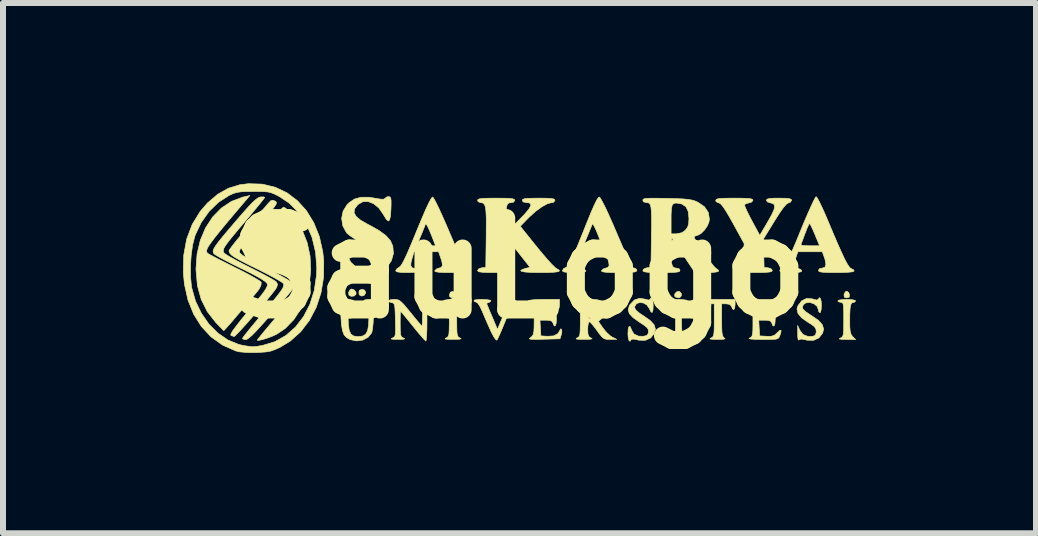
<source format=kicad_pcb>
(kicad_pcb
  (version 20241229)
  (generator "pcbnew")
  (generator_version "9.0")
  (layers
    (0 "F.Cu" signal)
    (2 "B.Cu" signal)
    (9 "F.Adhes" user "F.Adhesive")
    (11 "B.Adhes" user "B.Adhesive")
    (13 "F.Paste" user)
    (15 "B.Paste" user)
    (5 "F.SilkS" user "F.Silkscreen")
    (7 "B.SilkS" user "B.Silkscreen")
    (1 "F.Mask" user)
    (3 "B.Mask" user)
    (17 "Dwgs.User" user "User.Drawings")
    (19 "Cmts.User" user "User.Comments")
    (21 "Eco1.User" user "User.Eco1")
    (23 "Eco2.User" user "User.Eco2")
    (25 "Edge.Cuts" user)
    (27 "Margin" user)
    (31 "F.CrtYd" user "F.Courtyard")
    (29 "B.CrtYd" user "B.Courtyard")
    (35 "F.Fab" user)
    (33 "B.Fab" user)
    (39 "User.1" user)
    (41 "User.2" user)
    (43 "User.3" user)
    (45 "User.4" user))
  (footprint "SauLogo"
    (layer "F.Cu")
    (at 5.603 1.418)
    (property "Reference" "SauLogo" (at 0 0 0) (layer "F.SilkS") (effects (font (size 1.524 1.524) (thickness 0.3))))
    (attr through_hole)
    (fp_poly (pts (xy -1.066 0.41) (xy -1.05 0.455) (xy -1.076 0.488) (xy -1.118 0.496) (xy -1.158 0.478) (xy -1.166 0.449) (xy -1.148 0.402) (xy -1.108 0.387) (xy -1.066 0.41)) (stroke (width 0.01) (type solid)) (fill yes) (layer "F.SilkS"))
    (fp_poly (pts (xy -2.746 0.366) (xy -2.719 0.408) (xy -2.721 0.437) (xy -2.753 0.465) (xy -2.802 0.47) (xy -2.839 0.449) (xy -2.843 0.406) (xy -2.823 0.364) (xy -2.793 0.347) (xy -2.746 0.366)) (stroke (width 0.01) (type solid)) (fill yes) (layer "F.SilkS"))
    (fp_poly (pts (xy -2.576 0.368) (xy -2.559 0.407) (xy -2.56 0.415) (xy -2.585 0.455) (xy -2.627 0.466) (xy -2.664 0.446) (xy -2.67 0.434) (xy -2.67 0.386) (xy -2.659 0.367) (xy -2.617 0.351) (xy -2.576 0.368)) (stroke (width 0.01) (type solid)) (fill yes) (layer "F.SilkS"))
    (fp_poly (pts (xy 2.668 0.389) (xy 2.7 0.42) (xy 2.701 0.462) (xy 2.675 0.492) (xy 2.656 0.496) (xy 2.608 0.484) (xy 2.591 0.47) (xy 2.591 0.431) (xy 2.62 0.397) (xy 2.661 0.387) (xy 2.668 0.389)) (stroke (width 0.01) (type solid)) (fill yes) (layer "F.SilkS"))
    (fp_poly (pts (xy 5.489 0.406) (xy 5.502 0.44) (xy 5.498 0.484) (xy 5.459 0.496) (xy 5.457 0.496) (xy 5.417 0.485) (xy 5.412 0.443) (xy 5.412 0.44) (xy 5.432 0.397) (xy 5.457 0.384) (xy 5.489 0.406)) (stroke (width 0.01) (type solid)) (fill yes) (layer "F.SilkS"))
    (fp_poly (pts (xy 2.733 0.525) (xy 2.787 0.535) (xy 2.803 0.546) (xy 2.783 0.568) (xy 2.768 0.571) (xy 2.74 0.579) (xy 2.721 0.611) (xy 2.71 0.672) (xy 2.705 0.771) (xy 2.704 0.87) (xy 2.705 0.981) (xy 2.712 1.054) (xy 2.725 1.101) (xy 2.747 1.134) (xy 2.753 1.141) (xy 2.803 1.191) (xy 2.648 1.189) (xy 2.567 1.187) (xy 2.532 1.181) (xy 2.537 1.17) (xy 2.549 1.165) (xy 2.573 1.153) (xy 2.589 1.133) (xy 2.598 1.096) (xy 2.603 1.034) (xy 2.604 0.937) (xy 2.604 0.857) (xy 2.604 0.734) (xy 2.601 0.652) (xy 2.595 0.604) (xy 2.584 0.579) (xy 2.567 0.571) (xy 2.555 0.571) (xy 2.515 0.56) (xy 2.505 0.546) (xy 2.528 0.532) (xy 2.587 0.524) (xy 2.654 0.521) (xy 2.733 0.525)) (stroke (width 0.01) (type solid)) (fill yes) (layer "F.SilkS"))
    (fp_poly (pts (xy 5.536 0.525) (xy 5.59 0.535) (xy 5.606 0.546) (xy 5.586 0.568) (xy 5.571 0.571) (xy 5.543 0.579) (xy 5.524 0.611) (xy 5.513 0.672) (xy 5.508 0.771) (xy 5.507 0.87) (xy 5.508 0.981) (xy 5.515 1.054) (xy 5.528 1.101) (xy 5.55 1.134) (xy 5.556 1.141) (xy 5.606 1.191) (xy 5.451 1.189) (xy 5.37 1.187) (xy 5.335 1.181) (xy 5.34 1.17) (xy 5.352 1.165) (xy 5.376 1.153) (xy 5.391 1.133) (xy 5.401 1.096) (xy 5.406 1.034) (xy 5.407 0.937) (xy 5.407 0.857) (xy 5.407 0.734) (xy 5.404 0.652) (xy 5.398 0.604) (xy 5.387 0.579) (xy 5.37 0.571) (xy 5.358 0.571) (xy 5.318 0.56) (xy 5.308 0.546) (xy 5.331 0.532) (xy 5.39 0.524) (xy 5.457 0.521) (xy 5.536 0.525)) (stroke (width 0.01) (type solid)) (fill yes) (layer "F.SilkS"))
    (fp_poly (pts (xy 3.597 0.608) (xy 3.589 0.67) (xy 3.572 0.693) (xy 3.551 0.675) (xy 3.54 0.645) (xy 3.513 0.607) (xy 3.453 0.595) (xy 3.45 0.595) (xy 3.373 0.595) (xy 3.373 0.867) (xy 3.374 0.989) (xy 3.378 1.071) (xy 3.387 1.122) (xy 3.401 1.151) (xy 3.417 1.164) (xy 3.429 1.178) (xy 3.402 1.185) (xy 3.333 1.188) (xy 3.299 1.188) (xy 3.216 1.186) (xy 3.178 1.181) (xy 3.182 1.171) (xy 3.194 1.165) (xy 3.218 1.152) (xy 3.234 1.132) (xy 3.243 1.094) (xy 3.248 1.03) (xy 3.249 0.93) (xy 3.249 0.869) (xy 3.249 0.595) (xy 3.173 0.595) (xy 3.111 0.606) (xy 3.083 0.643) (xy 3.083 0.645) (xy 3.063 0.689) (xy 3.043 0.688) (xy 3.029 0.647) (xy 3.026 0.608) (xy 3.026 0.521) (xy 3.597 0.521) (xy 3.597 0.608)) (stroke (width 0.01) (type solid)) (fill yes) (layer "F.SilkS"))
    (fp_poly (pts (xy -1.02 0.524) (xy -0.962 0.534) (xy -0.943 0.546) (xy -0.963 0.566) (xy -0.992 0.571) (xy -1.013 0.574) (xy -1.028 0.588) (xy -1.036 0.623) (xy -1.04 0.686) (xy -1.042 0.786) (xy -1.042 0.857) (xy -1.041 0.98) (xy -1.039 1.062) (xy -1.032 1.113) (xy -1.02 1.142) (xy -1.002 1.158) (xy -0.986 1.165) (xy -0.969 1.177) (xy -0.992 1.184) (xy -1.06 1.187) (xy -1.104 1.187) (xy -1.192 1.186) (xy -1.234 1.181) (xy -1.234 1.171) (xy -1.222 1.165) (xy -1.198 1.153) (xy -1.182 1.133) (xy -1.172 1.096) (xy -1.168 1.034) (xy -1.166 0.937) (xy -1.166 0.857) (xy -1.166 0.734) (xy -1.169 0.652) (xy -1.175 0.604) (xy -1.186 0.579) (xy -1.203 0.571) (xy -1.215 0.571) (xy -1.256 0.56) (xy -1.265 0.546) (xy -1.242 0.533) (xy -1.182 0.524) (xy -1.104 0.521) (xy -1.02 0.524)) (stroke (width 0.01) (type solid)) (fill yes) (layer "F.SilkS"))
    (fp_poly (pts (xy -0.089 0.527) (xy -0.052 0.542) (xy -0.056 0.563) (xy -0.083 0.578) (xy -0.105 0.605) (xy -0.139 0.669) (xy -0.182 0.761) (xy -0.229 0.872) (xy -0.234 0.885) (xy -0.28 0.998) (xy -0.321 1.094) (xy -0.353 1.165) (xy -0.372 1.199) (xy -0.373 1.201) (xy -0.393 1.191) (xy -0.426 1.142) (xy -0.468 1.062) (xy -0.478 1.039) (xy -0.528 0.928) (xy -0.578 0.812) (xy -0.619 0.715) (xy -0.62 0.713) (xy -0.655 0.639) (xy -0.689 0.587) (xy -0.71 0.571) (xy -0.75 0.553) (xy -0.757 0.546) (xy -0.743 0.531) (xy -0.686 0.523) (xy -0.622 0.521) (xy -0.542 0.525) (xy -0.487 0.534) (xy -0.471 0.546) (xy -0.492 0.567) (xy -0.511 0.571) (xy -0.539 0.585) (xy -0.539 0.602) (xy -0.524 0.638) (xy -0.496 0.707) (xy -0.458 0.796) (xy -0.445 0.827) (xy -0.363 1.021) (xy -0.282 0.827) (xy -0.236 0.715) (xy -0.21 0.64) (xy -0.203 0.596) (xy -0.212 0.576) (xy -0.236 0.571) (xy -0.269 0.557) (xy -0.273 0.546) (xy -0.251 0.531) (xy -0.195 0.522) (xy -0.161 0.521) (xy -0.089 0.527)) (stroke (width 0.01) (type solid)) (fill yes) (layer "F.SilkS"))
    (fp_poly (pts (xy 5.018 0.505) (xy 5.031 0.553) (xy 5.035 0.62) (xy 5.031 0.691) (xy 5.019 0.736) (xy 5.011 0.744) (xy 4.99 0.724) (xy 4.986 0.698) (xy 4.964 0.638) (xy 4.912 0.594) (xy 4.844 0.573) (xy 4.777 0.579) (xy 4.738 0.607) (xy 4.718 0.644) (xy 4.727 0.681) (xy 4.77 0.724) (xy 4.852 0.78) (xy 4.876 0.795) (xy 4.987 0.872) (xy 5.051 0.945) (xy 5.072 1.016) (xy 5.055 1.085) (xy 4.993 1.163) (xy 4.904 1.203) (xy 4.795 1.201) (xy 4.776 1.196) (xy 4.705 1.182) (xy 4.667 1.189) (xy 4.658 1.199) (xy 4.648 1.193) (xy 4.641 1.148) (xy 4.64 1.091) (xy 4.64 0.955) (xy 4.675 1.035) (xy 4.73 1.107) (xy 4.814 1.139) (xy 4.89 1.137) (xy 4.933 1.119) (xy 4.948 1.074) (xy 4.949 1.056) (xy 4.942 1.011) (xy 4.916 0.973) (xy 4.86 0.932) (xy 4.815 0.905) (xy 4.705 0.828) (xy 4.644 0.754) (xy 4.628 0.68) (xy 4.644 0.627) (xy 4.705 0.546) (xy 4.786 0.506) (xy 4.878 0.511) (xy 4.892 0.515) (xy 4.955 0.532) (xy 4.982 0.521) (xy 5 0.492) (xy 5.018 0.505)) (stroke (width 0.01) (type solid)) (fill yes) (layer "F.SilkS"))
    (fp_poly (pts (xy -4.595 -1.085) (xy -4.758 -0.893) (xy -4.891 -0.734) (xy -4.997 -0.605) (xy -5.078 -0.504) (xy -5.137 -0.425) (xy -5.178 -0.366) (xy -5.201 -0.323) (xy -5.21 -0.292) (xy -5.208 -0.269) (xy -5.197 -0.251) (xy -5.193 -0.247) (xy -5.164 -0.229) (xy -5.099 -0.194) (xy -5.003 -0.144) (xy -4.884 -0.084) (xy -4.751 -0.017) (xy -4.743 -0.013) (xy -4.608 0.054) (xy -4.49 0.117) (xy -4.395 0.171) (xy -4.329 0.211) (xy -4.301 0.235) (xy -4.3 0.235) (xy -4.303 0.281) (xy -4.329 0.339) (xy -4.33 0.341) (xy -4.356 0.376) (xy -4.406 0.438) (xy -4.474 0.52) (xy -4.553 0.614) (xy -4.637 0.714) (xy -4.721 0.812) (xy -4.797 0.902) (xy -4.861 0.974) (xy -4.905 1.023) (xy -4.924 1.042) (xy -4.924 1.042) (xy -4.942 1.025) (xy -4.985 0.981) (xy -5.045 0.919) (xy -5.054 0.91) (xy -5.198 0.726) (xy -5.3 0.522) (xy -5.363 0.294) (xy -5.386 0.037) (xy -5.387 0.012) (xy -5.369 -0.235) (xy -5.315 -0.464) (xy -5.227 -0.672) (xy -5.109 -0.852) (xy -4.964 -1.001) (xy -4.795 -1.113) (xy -4.606 -1.184) (xy -4.591 -1.187) (xy -4.489 -1.21) (xy -4.595 -1.085)) (stroke (width 0.01) (type solid)) (fill yes) (layer "F.SilkS"))
    (fp_poly (pts (xy 2.215 0.505) (xy 2.228 0.553) (xy 2.232 0.62) (xy 2.228 0.703) (xy 2.214 0.739) (xy 2.193 0.727) (xy 2.166 0.671) (xy 2.126 0.614) (xy 2.069 0.581) (xy 2.007 0.574) (xy 1.954 0.592) (xy 1.925 0.638) (xy 1.922 0.659) (xy 1.945 0.702) (xy 2.013 0.758) (xy 2.071 0.795) (xy 2.182 0.873) (xy 2.247 0.944) (xy 2.269 1.015) (xy 2.252 1.085) (xy 2.19 1.163) (xy 2.101 1.203) (xy 1.992 1.201) (xy 1.973 1.196) (xy 1.904 1.183) (xy 1.867 1.188) (xy 1.864 1.192) (xy 1.846 1.22) (xy 1.828 1.205) (xy 1.815 1.155) (xy 1.811 1.091) (xy 1.816 1.013) (xy 1.83 0.973) (xy 1.849 0.975) (xy 1.868 1.021) (xy 1.87 1.029) (xy 1.91 1.096) (xy 1.985 1.133) (xy 2.066 1.136) (xy 2.124 1.123) (xy 2.149 1.089) (xy 2.153 1.064) (xy 2.151 1.027) (xy 2.131 0.993) (xy 2.084 0.954) (xy 2.002 0.9) (xy 1.999 0.898) (xy 1.894 0.823) (xy 1.833 0.757) (xy 1.815 0.693) (xy 1.835 0.625) (xy 1.847 0.606) (xy 1.919 0.531) (xy 2.006 0.502) (xy 2.091 0.516) (xy 2.154 0.532) (xy 2.179 0.521) (xy 2.197 0.492) (xy 2.215 0.505)) (stroke (width 0.01) (type solid)) (fill yes) (layer "F.SilkS"))
    (fp_poly (pts (xy -3.891 -0.997) (xy -3.837 -0.946) (xy -3.774 -0.872) (xy -3.709 -0.786) (xy -3.65 -0.696) (xy -3.619 -0.639) (xy -3.534 -0.424) (xy -3.486 -0.199) (xy -3.475 0.031) (xy -3.497 0.259) (xy -3.553 0.477) (xy -3.639 0.678) (xy -3.755 0.856) (xy -3.898 1.004) (xy -4.037 1.098) (xy -4.108 1.132) (xy -4.189 1.163) (xy -4.267 1.188) (xy -4.329 1.202) (xy -4.363 1.203) (xy -4.366 1.199) (xy -4.35 1.177) (xy -4.307 1.124) (xy -4.242 1.044) (xy -4.158 0.944) (xy -4.062 0.83) (xy -4.035 0.798) (xy -3.909 0.65) (xy -3.813 0.535) (xy -3.743 0.447) (xy -3.696 0.382) (xy -3.669 0.336) (xy -3.658 0.303) (xy -3.661 0.278) (xy -3.674 0.257) (xy -3.675 0.256) (xy -3.707 0.232) (xy -3.776 0.192) (xy -3.874 0.139) (xy -3.992 0.077) (xy -4.105 0.02) (xy -4.263 -0.059) (xy -4.381 -0.12) (xy -4.465 -0.166) (xy -4.519 -0.202) (xy -4.549 -0.231) (xy -4.559 -0.257) (xy -4.555 -0.283) (xy -4.55 -0.297) (xy -4.525 -0.336) (xy -4.475 -0.401) (xy -4.406 -0.486) (xy -4.325 -0.583) (xy -4.238 -0.685) (xy -4.15 -0.785) (xy -4.069 -0.875) (xy -4.001 -0.948) (xy -3.952 -0.998) (xy -3.927 -1.016) (xy -3.891 -0.997)) (stroke (width 0.01) (type solid)) (fill yes) (layer "F.SilkS"))
    (fp_poly (pts (xy -2.394 0.525) (xy -2.344 0.535) (xy -2.332 0.546) (xy -2.352 0.566) (xy -2.381 0.571) (xy -2.405 0.574) (xy -2.42 0.592) (xy -2.427 0.633) (xy -2.43 0.706) (xy -2.431 0.793) (xy -2.434 0.901) (xy -2.443 0.997) (xy -2.455 1.065) (xy -2.46 1.08) (xy -2.519 1.152) (xy -2.607 1.199) (xy -2.711 1.213) (xy -2.815 1.192) (xy -2.815 1.192) (xy -2.876 1.159) (xy -2.919 1.112) (xy -2.946 1.042) (xy -2.963 0.94) (xy -2.971 0.819) (xy -2.979 0.699) (xy -2.988 0.622) (xy -3.001 0.581) (xy -3.017 0.571) (xy -3.048 0.556) (xy -3.051 0.546) (xy -3.028 0.532) (xy -2.969 0.524) (xy -2.902 0.521) (xy -2.823 0.525) (xy -2.769 0.535) (xy -2.753 0.546) (xy -2.774 0.566) (xy -2.803 0.571) (xy -2.826 0.574) (xy -2.841 0.591) (xy -2.849 0.631) (xy -2.852 0.703) (xy -2.853 0.801) (xy -2.848 0.94) (xy -2.834 1.037) (xy -2.806 1.099) (xy -2.761 1.131) (xy -2.696 1.141) (xy -2.69 1.141) (xy -2.614 1.133) (xy -2.561 1.103) (xy -2.528 1.046) (xy -2.511 0.954) (xy -2.505 0.82) (xy -2.505 0.806) (xy -2.507 0.693) (xy -2.512 0.621) (xy -2.522 0.583) (xy -2.538 0.571) (xy -2.541 0.571) (xy -2.583 0.555) (xy -2.592 0.546) (xy -2.579 0.531) (xy -2.523 0.522) (xy -2.47 0.521) (xy -2.394 0.525)) (stroke (width 0.01) (type solid)) (fill yes) (layer "F.SilkS"))
    (fp_poly (pts (xy 0.67 0.609) (xy 0.664 0.666) (xy 0.648 0.684) (xy 0.645 0.682) (xy 0.622 0.646) (xy 0.62 0.634) (xy 0.599 0.597) (xy 0.535 0.576) (xy 0.444 0.571) (xy 0.347 0.571) (xy 0.347 0.819) (xy 0.449 0.819) (xy 0.518 0.813) (xy 0.553 0.793) (xy 0.563 0.769) (xy 0.582 0.724) (xy 0.6 0.724) (xy 0.614 0.764) (xy 0.62 0.839) (xy 0.62 0.843) (xy 0.615 0.92) (xy 0.601 0.961) (xy 0.583 0.964) (xy 0.564 0.921) (xy 0.563 0.918) (xy 0.544 0.885) (xy 0.499 0.87) (xy 0.448 0.868) (xy 0.345 0.868) (xy 0.352 0.998) (xy 0.36 1.129) (xy 0.474 1.136) (xy 0.577 1.129) (xy 0.645 1.09) (xy 0.677 1.036) (xy 0.693 1.011) (xy 0.706 1.022) (xy 0.71 1.059) (xy 0.702 1.107) (xy 0.701 1.108) (xy 0.678 1.178) (xy 0.407 1.185) (xy 0.29 1.188) (xy 0.215 1.187) (xy 0.177 1.183) (xy 0.168 1.175) (xy 0.182 1.16) (xy 0.192 1.153) (xy 0.217 1.132) (xy 0.233 1.104) (xy 0.243 1.058) (xy 0.247 0.986) (xy 0.248 0.876) (xy 0.248 0.852) (xy 0.247 0.735) (xy 0.244 0.658) (xy 0.237 0.613) (xy 0.223 0.589) (xy 0.202 0.579) (xy 0.198 0.578) (xy 0.151 0.56) (xy 0.15 0.544) (xy 0.193 0.532) (xy 0.276 0.524) (xy 0.396 0.521) (xy 0.409 0.521) (xy 0.67 0.521) (xy 0.67 0.609)) (stroke (width 0.01) (type solid)) (fill yes) (layer "F.SilkS"))
    (fp_poly (pts (xy 4.315 0.614) (xy 4.313 0.671) (xy 4.305 0.684) (xy 4.288 0.66) (xy 4.286 0.657) (xy 4.249 0.606) (xy 4.202 0.58) (xy 4.127 0.571) (xy 4.099 0.571) (xy 3.994 0.571) (xy 3.994 0.819) (xy 4.095 0.819) (xy 4.164 0.813) (xy 4.199 0.793) (xy 4.21 0.769) (xy 4.228 0.724) (xy 4.247 0.724) (xy 4.261 0.764) (xy 4.266 0.839) (xy 4.266 0.843) (xy 4.261 0.92) (xy 4.248 0.961) (xy 4.229 0.964) (xy 4.211 0.921) (xy 4.21 0.918) (xy 4.19 0.885) (xy 4.146 0.87) (xy 4.094 0.868) (xy 3.991 0.868) (xy 3.998 0.998) (xy 4.006 1.129) (xy 4.122 1.136) (xy 4.199 1.136) (xy 4.251 1.119) (xy 4.299 1.077) (xy 4.301 1.074) (xy 4.345 1.035) (xy 4.364 1.037) (xy 4.357 1.083) (xy 4.341 1.127) (xy 4.329 1.155) (xy 4.311 1.173) (xy 4.278 1.184) (xy 4.221 1.188) (xy 4.129 1.189) (xy 4.05 1.189) (xy 3.929 1.187) (xy 3.856 1.182) (xy 3.828 1.174) (xy 3.839 1.165) (xy 3.862 1.153) (xy 3.878 1.133) (xy 3.888 1.096) (xy 3.893 1.034) (xy 3.894 0.937) (xy 3.894 0.857) (xy 3.894 0.734) (xy 3.891 0.652) (xy 3.885 0.604) (xy 3.874 0.579) (xy 3.857 0.571) (xy 3.845 0.571) (xy 3.804 0.56) (xy 3.795 0.546) (xy 3.819 0.534) (xy 3.885 0.526) (xy 3.988 0.522) (xy 4.056 0.521) (xy 4.316 0.521) (xy 4.315 0.614)) (stroke (width 0.01) (type solid)) (fill yes) (layer "F.SilkS"))
    (fp_poly (pts (xy 1.236 0.522) (xy 1.305 0.528) (xy 1.35 0.542) (xy 1.385 0.566) (xy 1.403 0.582) (xy 1.454 0.659) (xy 1.456 0.735) (xy 1.409 0.809) (xy 1.391 0.826) (xy 1.318 0.887) (xy 1.396 1) (xy 1.455 1.072) (xy 1.519 1.13) (xy 1.55 1.15) (xy 1.625 1.187) (xy 1.513 1.188) (xy 1.454 1.187) (xy 1.412 1.175) (xy 1.375 1.144) (xy 1.328 1.086) (xy 1.296 1.041) (xy 1.242 0.969) (xy 1.196 0.916) (xy 1.168 0.893) (xy 1.166 0.893) (xy 1.152 0.915) (xy 1.143 0.972) (xy 1.141 1.018) (xy 1.144 1.095) (xy 1.158 1.138) (xy 1.188 1.161) (xy 1.197 1.165) (xy 1.214 1.177) (xy 1.19 1.184) (xy 1.123 1.187) (xy 1.079 1.187) (xy 0.991 1.186) (xy 0.949 1.181) (xy 0.949 1.171) (xy 0.961 1.165) (xy 0.985 1.153) (xy 1.001 1.133) (xy 1.011 1.096) (xy 1.015 1.034) (xy 1.017 0.937) (xy 1.017 0.857) (xy 1.016 0.734) (xy 1.016 0.707) (xy 1.141 0.707) (xy 1.144 0.79) (xy 1.158 0.832) (xy 1.19 0.838) (xy 1.248 0.816) (xy 1.251 0.815) (xy 1.298 0.771) (xy 1.318 0.707) (xy 1.307 0.642) (xy 1.267 0.596) (xy 1.203 0.57) (xy 1.164 0.578) (xy 1.146 0.625) (xy 1.141 0.707) (xy 1.016 0.707) (xy 1.014 0.652) (xy 1.008 0.604) (xy 0.997 0.579) (xy 0.98 0.571) (xy 0.967 0.571) (xy 0.927 0.56) (xy 0.918 0.546) (xy 0.941 0.534) (xy 1.005 0.525) (xy 1.102 0.521) (xy 1.13 0.521) (xy 1.236 0.522)) (stroke (width 0.01) (type solid)) (fill yes) (layer "F.SilkS"))
    (fp_poly (pts (xy -1.424 -1.161) (xy -1.39 -1.098) (xy -1.342 -1.001) (xy -1.285 -0.877) (xy -1.221 -0.732) (xy -1.168 -0.608) (xy -1.086 -0.416) (xy -1.019 -0.266) (xy -0.966 -0.155) (xy -0.926 -0.078) (xy -0.894 -0.032) (xy -0.873 -0.013) (xy -0.831 0.018) (xy -0.819 0.043) (xy -0.832 0.057) (xy -0.876 0.067) (xy -0.956 0.072) (xy -1.078 0.074) (xy -1.118 0.074) (xy -1.25 0.073) (xy -1.339 0.069) (xy -1.389 0.061) (xy -1.408 0.05) (xy -1.408 0.043) (xy -1.377 0.013) (xy -1.35 0.004) (xy -1.3 -0.012) (xy -1.28 -0.044) (xy -1.288 -0.103) (xy -1.304 -0.156) (xy -1.344 -0.273) (xy -1.753 -0.273) (xy -1.782 -0.177) (xy -1.805 -0.089) (xy -1.806 -0.035) (xy -1.783 -0.006) (xy -1.736 0.009) (xy -1.675 0.026) (xy -1.659 0.044) (xy -1.686 0.059) (xy -1.75 0.07) (xy -1.849 0.074) (xy -1.86 0.074) (xy -1.968 0.072) (xy -2.032 0.063) (xy -2.058 0.048) (xy -2.059 0.043) (xy -2.039 0.01) (xy -2.003 -0.013) (xy -1.981 -0.031) (xy -1.953 -0.071) (xy -1.917 -0.138) (xy -1.871 -0.236) (xy -1.814 -0.369) (xy -1.812 -0.372) (xy -1.709 -0.372) (xy -1.394 -0.372) (xy -1.472 -0.57) (xy -1.508 -0.655) (xy -1.538 -0.714) (xy -1.557 -0.739) (xy -1.561 -0.737) (xy -1.575 -0.7) (xy -1.602 -0.632) (xy -1.637 -0.546) (xy -1.64 -0.54) (xy -1.709 -0.372) (xy -1.812 -0.372) (xy -1.741 -0.543) (xy -1.712 -0.615) (xy -1.627 -0.819) (xy -1.559 -0.977) (xy -1.506 -1.09) (xy -1.468 -1.159) (xy -1.445 -1.185) (xy -1.443 -1.185) (xy -1.424 -1.161)) (stroke (width 0.01) (type solid)) (fill yes) (layer "F.SilkS"))
    (fp_poly (pts (xy 4.435 -1.164) (xy 4.5 -1.158) (xy 4.532 -1.146) (xy 4.539 -1.13) (xy 4.518 -1.099) (xy 4.487 -1.087) (xy 4.452 -1.066) (xy 4.403 -1.01) (xy 4.337 -0.917) (xy 4.251 -0.781) (xy 4.068 -0.484) (xy 4.074 -0.248) (xy 4.08 -0.012) (xy 4.149 -0.005) (xy 4.2 0.013) (xy 4.217 0.039) (xy 4.208 0.054) (xy 4.179 0.064) (xy 4.121 0.07) (xy 4.027 0.074) (xy 3.892 0.074) (xy 3.754 0.073) (xy 3.66 0.07) (xy 3.603 0.063) (xy 3.579 0.052) (xy 3.578 0.043) (xy 3.608 0.017) (xy 3.661 -0.000179) (xy 3.697 -0.008) (xy 3.719 -0.024) (xy 3.731 -0.058) (xy 3.737 -0.122) (xy 3.74 -0.212) (xy 3.747 -0.41) (xy 3.584 -0.707) (xy 3.504 -0.85) (xy 3.443 -0.953) (xy 3.396 -1.023) (xy 3.36 -1.066) (xy 3.33 -1.087) (xy 3.308 -1.091) (xy 3.278 -1.111) (xy 3.274 -1.129) (xy 3.282 -1.144) (xy 3.308 -1.155) (xy 3.362 -1.162) (xy 3.451 -1.165) (xy 3.582 -1.166) (xy 3.584 -1.166) (xy 3.717 -1.165) (xy 3.807 -1.161) (xy 3.861 -1.155) (xy 3.888 -1.144) (xy 3.894 -1.13) (xy 3.873 -1.101) (xy 3.828 -1.087) (xy 3.776 -1.073) (xy 3.754 -1.054) (xy 3.762 -1.024) (xy 3.79 -0.96) (xy 3.833 -0.872) (xy 3.877 -0.788) (xy 4.008 -0.546) (xy 4.139 -0.768) (xy 4.207 -0.889) (xy 4.246 -0.976) (xy 4.257 -1.034) (xy 4.24 -1.069) (xy 4.196 -1.085) (xy 4.186 -1.087) (xy 4.135 -1.104) (xy 4.118 -1.13) (xy 4.128 -1.148) (xy 4.164 -1.159) (xy 4.235 -1.165) (xy 4.328 -1.166) (xy 4.435 -1.164)) (stroke (width 0.01) (type solid)) (fill yes) (layer "F.SilkS"))
    (fp_poly (pts (xy 1.355 -1.161) (xy 1.391 -1.096) (xy 1.441 -0.997) (xy 1.5 -0.869) (xy 1.567 -0.718) (xy 1.598 -0.645) (xy 1.679 -0.457) (xy 1.742 -0.309) (xy 1.792 -0.197) (xy 1.829 -0.116) (xy 1.857 -0.061) (xy 1.878 -0.027) (xy 1.895 -0.008) (xy 1.91 -0.001) (xy 1.923 0) (xy 1.955 0.02) (xy 1.96 0.037) (xy 1.952 0.053) (xy 1.925 0.064) (xy 1.87 0.07) (xy 1.78 0.074) (xy 1.66 0.074) (xy 1.528 0.073) (xy 1.439 0.069) (xy 1.389 0.061) (xy 1.37 0.05) (xy 1.37 0.043) (xy 1.401 0.013) (xy 1.428 0.004) (xy 1.478 -0.012) (xy 1.498 -0.044) (xy 1.49 -0.103) (xy 1.474 -0.156) (xy 1.434 -0.273) (xy 1.039 -0.273) (xy 1.003 -0.187) (xy 0.972 -0.093) (xy 0.972 -0.034) (xy 1.004 -0.002) (xy 1.034 0.005) (xy 1.086 0.021) (xy 1.11 0.043) (xy 1.102 0.06) (xy 1.06 0.069) (xy 0.977 0.074) (xy 0.92 0.074) (xy 0.815 0.072) (xy 0.753 0.065) (xy 0.724 0.052) (xy 0.719 0.04) (xy 0.74 0.007) (xy 0.769 -0.007) (xy 0.79 -0.018) (xy 0.813 -0.041) (xy 0.839 -0.082) (xy 0.872 -0.146) (xy 0.914 -0.237) (xy 0.966 -0.359) (xy 0.971 -0.372) (xy 1.069 -0.372) (xy 1.384 -0.372) (xy 1.306 -0.57) (xy 1.27 -0.655) (xy 1.24 -0.714) (xy 1.221 -0.739) (xy 1.218 -0.737) (xy 1.204 -0.7) (xy 1.176 -0.632) (xy 1.141 -0.546) (xy 1.138 -0.54) (xy 1.069 -0.372) (xy 0.971 -0.372) (xy 1.03 -0.517) (xy 1.11 -0.716) (xy 1.129 -0.764) (xy 1.197 -0.931) (xy 1.251 -1.054) (xy 1.291 -1.135) (xy 1.32 -1.177) (xy 1.335 -1.185) (xy 1.355 -1.161)) (stroke (width 0.01) (type solid)) (fill yes) (layer "F.SilkS"))
    (fp_poly (pts (xy -4.242 -1.179) (xy -4.257 -1.156) (xy -4.3 -1.101) (xy -4.365 -1.021) (xy -4.448 -0.921) (xy -4.543 -0.808) (xy -4.558 -0.791) (xy -4.682 -0.644) (xy -4.777 -0.53) (xy -4.846 -0.444) (xy -4.893 -0.38) (xy -4.92 -0.335) (xy -4.932 -0.302) (xy -4.932 -0.278) (xy -4.922 -0.256) (xy -4.921 -0.254) (xy -4.891 -0.23) (xy -4.823 -0.188) (xy -4.727 -0.134) (xy -4.608 -0.071) (xy -4.487 -0.01) (xy -4.355 0.057) (xy -4.237 0.118) (xy -4.141 0.171) (xy -4.075 0.21) (xy -4.048 0.23) (xy -4.028 0.269) (xy -4.04 0.314) (xy -4.048 0.33) (xy -4.075 0.37) (xy -4.128 0.437) (xy -4.199 0.524) (xy -4.284 0.625) (xy -4.376 0.732) (xy -4.469 0.839) (xy -4.558 0.94) (xy -4.636 1.026) (xy -4.699 1.092) (xy -4.739 1.132) (xy -4.75 1.139) (xy -4.792 1.128) (xy -4.806 1.121) (xy -4.806 1.099) (xy -4.778 1.048) (xy -4.719 0.968) (xy -4.63 0.854) (xy -4.548 0.755) (xy -4.431 0.614) (xy -4.342 0.506) (xy -4.278 0.426) (xy -4.236 0.367) (xy -4.211 0.325) (xy -4.199 0.295) (xy -4.198 0.272) (xy -4.203 0.254) (xy -4.232 0.224) (xy -4.305 0.176) (xy -4.42 0.112) (xy -4.575 0.033) (xy -4.637 0.003) (xy -4.771 -0.063) (xy -4.891 -0.125) (xy -4.988 -0.177) (xy -5.056 -0.216) (xy -5.087 -0.238) (xy -5.1 -0.26) (xy -5.102 -0.286) (xy -5.09 -0.322) (xy -5.061 -0.371) (xy -5.011 -0.439) (xy -4.937 -0.531) (xy -4.836 -0.651) (xy -4.725 -0.781) (xy -4.605 -0.92) (xy -4.512 -1.024) (xy -4.441 -1.098) (xy -4.387 -1.146) (xy -4.347 -1.174) (xy -4.316 -1.186) (xy -4.313 -1.186) (xy -4.262 -1.187) (xy -4.242 -1.179)) (stroke (width 0.01) (type solid)) (fill yes) (layer "F.SilkS"))
    (fp_poly (pts (xy 4.966 -1.169) (xy 4.999 -1.109) (xy 5.043 -1.018) (xy 5.095 -0.903) (xy 5.134 -0.812) (xy 5.228 -0.589) (xy 5.305 -0.409) (xy 5.369 -0.266) (xy 5.419 -0.158) (xy 5.46 -0.081) (xy 5.492 -0.03) (xy 5.517 -0.001) (xy 5.534 0.008) (xy 5.573 0.03) (xy 5.581 0.047) (xy 5.557 0.061) (xy 5.483 0.069) (xy 5.361 0.074) (xy 5.283 0.074) (xy 5.155 0.073) (xy 5.069 0.07) (xy 5.017 0.063) (xy 4.992 0.052) (xy 4.986 0.037) (xy 5.007 0.007) (xy 5.048 0) (xy 5.094 -0.015) (xy 5.11 -0.061) (xy 5.096 -0.142) (xy 5.08 -0.19) (xy 5.05 -0.273) (xy 4.643 -0.273) (xy 4.603 -0.156) (xy 4.581 -0.076) (xy 4.583 -0.029) (xy 4.614 -0.005) (xy 4.649 0.004) (xy 4.693 0.025) (xy 4.707 0.043) (xy 4.698 0.06) (xy 4.655 0.07) (xy 4.571 0.074) (xy 4.529 0.074) (xy 4.424 0.072) (xy 4.364 0.063) (xy 4.341 0.046) (xy 4.341 0.043) (xy 4.361 0.01) (xy 4.395 -0.013) (xy 4.418 -0.032) (xy 4.447 -0.075) (xy 4.484 -0.147) (xy 4.532 -0.251) (xy 4.592 -0.391) (xy 4.692 -0.391) (xy 4.71 -0.381) (xy 4.766 -0.375) (xy 4.844 -0.372) (xy 5.005 -0.372) (xy 4.928 -0.558) (xy 4.891 -0.644) (xy 4.86 -0.709) (xy 4.841 -0.742) (xy 4.838 -0.744) (xy 4.823 -0.723) (xy 4.797 -0.666) (xy 4.766 -0.586) (xy 4.762 -0.577) (xy 4.731 -0.492) (xy 4.706 -0.426) (xy 4.693 -0.392) (xy 4.692 -0.391) (xy 4.592 -0.391) (xy 4.593 -0.392) (xy 4.668 -0.574) (xy 4.684 -0.614) (xy 4.749 -0.772) (xy 4.81 -0.913) (xy 4.863 -1.031) (xy 4.905 -1.121) (xy 4.935 -1.176) (xy 4.947 -1.191) (xy 4.966 -1.169)) (stroke (width 0.01) (type solid)) (fill yes) (layer "F.SilkS"))
    (fp_poly (pts (xy -1.5 0.525) (xy -1.451 0.535) (xy -1.439 0.546) (xy -1.459 0.566) (xy -1.488 0.571) (xy -1.509 0.573) (xy -1.522 0.587) (xy -1.531 0.619) (xy -1.536 0.678) (xy -1.538 0.771) (xy -1.538 0.893) (xy -1.539 1.013) (xy -1.543 1.112) (xy -1.548 1.182) (xy -1.555 1.214) (xy -1.556 1.215) (xy -1.578 1.196) (xy -1.624 1.146) (xy -1.687 1.071) (xy -1.762 0.979) (xy -1.772 0.967) (xy -1.847 0.874) (xy -1.91 0.797) (xy -1.955 0.743) (xy -1.976 0.72) (xy -1.977 0.719) (xy -1.98 0.742) (xy -1.983 0.803) (xy -1.984 0.891) (xy -1.984 0.931) (xy -1.983 1.034) (xy -1.979 1.099) (xy -1.968 1.136) (xy -1.948 1.156) (xy -1.929 1.165) (xy -1.908 1.177) (xy -1.928 1.185) (xy -1.991 1.187) (xy -2.022 1.187) (xy -2.1 1.186) (xy -2.133 1.181) (xy -2.126 1.17) (xy -2.114 1.165) (xy -2.089 1.153) (xy -2.073 1.134) (xy -2.065 1.099) (xy -2.061 1.039) (xy -2.062 0.944) (xy -2.064 0.862) (xy -2.068 0.741) (xy -2.072 0.661) (xy -2.08 0.613) (xy -2.093 0.588) (xy -2.112 0.578) (xy -2.127 0.575) (xy -2.175 0.561) (xy -2.18 0.542) (xy -2.146 0.527) (xy -2.086 0.521) (xy -2.043 0.523) (xy -2.007 0.534) (xy -1.969 0.561) (xy -1.921 0.609) (xy -1.856 0.687) (xy -1.809 0.744) (xy -1.738 0.832) (xy -1.678 0.903) (xy -1.637 0.951) (xy -1.621 0.967) (xy -1.617 0.945) (xy -1.614 0.884) (xy -1.612 0.797) (xy -1.612 0.769) (xy -1.613 0.67) (xy -1.618 0.611) (xy -1.629 0.581) (xy -1.649 0.571) (xy -1.662 0.571) (xy -1.702 0.56) (xy -1.712 0.546) (xy -1.689 0.532) (xy -1.631 0.523) (xy -1.575 0.521) (xy -1.5 0.525)) (stroke (width 0.01) (type solid)) (fill yes) (layer "F.SilkS"))
    (fp_poly (pts (xy -4.072 -1.118) (xy -4.053 -1.106) (xy -4.045 -1.09) (xy -4.053 -1.064) (xy -4.08 -1.022) (xy -4.129 -0.959) (xy -4.205 -0.869) (xy -4.272 -0.79) (xy -4.397 -0.643) (xy -4.493 -0.529) (xy -4.563 -0.442) (xy -4.612 -0.377) (xy -4.642 -0.331) (xy -4.658 -0.297) (xy -4.663 -0.271) (xy -4.663 -0.269) (xy -4.651 -0.246) (xy -4.611 -0.213) (xy -4.539 -0.169) (xy -4.432 -0.11) (xy -4.285 -0.034) (xy -4.22 -0.002) (xy -4.084 0.068) (xy -3.963 0.133) (xy -3.864 0.189) (xy -3.795 0.233) (xy -3.762 0.259) (xy -3.761 0.261) (xy -3.755 0.279) (xy -3.754 0.298) (xy -3.762 0.321) (xy -3.783 0.355) (xy -3.82 0.404) (xy -3.876 0.472) (xy -3.956 0.565) (xy -4.062 0.688) (xy -4.141 0.779) (xy -4.27 0.924) (xy -4.37 1.034) (xy -4.446 1.113) (xy -4.502 1.162) (xy -4.54 1.187) (xy -4.557 1.191) (xy -4.601 1.184) (xy -4.613 1.172) (xy -4.598 1.148) (xy -4.555 1.093) (xy -4.49 1.011) (xy -4.406 0.91) (xy -4.31 0.795) (xy -4.289 0.77) (xy -4.168 0.627) (xy -4.076 0.516) (xy -4.009 0.432) (xy -3.964 0.371) (xy -3.938 0.327) (xy -3.926 0.296) (xy -3.925 0.273) (xy -3.929 0.258) (xy -3.955 0.236) (xy -4.018 0.197) (xy -4.112 0.145) (xy -4.229 0.083) (xy -4.362 0.016) (xy -4.369 0.013) (xy -4.527 -0.065) (xy -4.645 -0.126) (xy -4.729 -0.173) (xy -4.785 -0.209) (xy -4.817 -0.239) (xy -4.833 -0.267) (xy -4.837 -0.291) (xy -4.821 -0.318) (xy -4.778 -0.377) (xy -4.712 -0.46) (xy -4.629 -0.56) (xy -4.533 -0.672) (xy -4.433 -0.788) (xy -4.342 -0.894) (xy -4.264 -0.984) (xy -4.207 -1.051) (xy -4.178 -1.085) (xy -4.137 -1.126) (xy -4.102 -1.131) (xy -4.072 -1.118)) (stroke (width 0.01) (type solid)) (fill yes) (layer "F.SilkS"))
    (fp_poly (pts (xy -2.156 -1.187) (xy -2.142 -1.169) (xy -2.136 -1.126) (xy -2.136 -1.05) (xy -2.138 -0.986) (xy -2.146 -0.871) (xy -2.16 -0.804) (xy -2.182 -0.785) (xy -2.214 -0.81) (xy -2.257 -0.881) (xy -2.264 -0.893) (xy -2.338 -1) (xy -2.426 -1.073) (xy -2.519 -1.11) (xy -2.609 -1.106) (xy -2.689 -1.059) (xy -2.692 -1.055) (xy -2.743 -0.989) (xy -2.753 -0.926) (xy -2.721 -0.865) (xy -2.646 -0.8) (xy -2.523 -0.729) (xy -2.498 -0.717) (xy -2.339 -0.628) (xy -2.223 -0.543) (xy -2.147 -0.457) (xy -2.107 -0.367) (xy -2.097 -0.242) (xy -2.131 -0.123) (xy -2.203 -0.019) (xy -2.307 0.061) (xy -2.399 0.098) (xy -2.496 0.118) (xy -2.586 0.12) (xy -2.69 0.103) (xy -2.749 0.088) (xy -2.826 0.07) (xy -2.868 0.066) (xy -2.889 0.078) (xy -2.894 0.089) (xy -2.926 0.12) (xy -2.942 0.124) (xy -2.959 0.113) (xy -2.969 0.076) (xy -2.975 0.005) (xy -2.977 -0.107) (xy -2.977 -0.112) (xy -2.973 -0.239) (xy -2.962 -0.319) (xy -2.943 -0.349) (xy -2.917 -0.33) (xy -2.884 -0.263) (xy -2.87 -0.225) (xy -2.808 -0.1) (xy -2.723 -0.019) (xy -2.613 0.021) (xy -2.554 0.025) (xy -2.445 0.008) (xy -2.371 -0.04) (xy -2.335 -0.117) (xy -2.332 -0.154) (xy -2.34 -0.206) (xy -2.368 -0.254) (xy -2.424 -0.304) (xy -2.513 -0.36) (xy -2.627 -0.422) (xy -2.724 -0.476) (xy -2.807 -0.53) (xy -2.865 -0.575) (xy -2.878 -0.589) (xy -2.941 -0.705) (xy -2.96 -0.829) (xy -2.935 -0.951) (xy -2.868 -1.059) (xy -2.843 -1.084) (xy -2.748 -1.15) (xy -2.639 -1.181) (xy -2.505 -1.181) (xy -2.409 -1.166) (xy -2.315 -1.15) (xy -2.261 -1.148) (xy -2.239 -1.16) (xy -2.238 -1.162) (xy -2.208 -1.186) (xy -2.18 -1.191) (xy -2.156 -1.187)) (stroke (width 0.01) (type solid)) (fill yes) (layer "F.SilkS"))
    (fp_poly (pts (xy -4.283 -1.4) (xy -4.067 -1.348) (xy -3.87 -1.255) (xy -3.695 -1.122) (xy -3.545 -0.955) (xy -3.423 -0.755) (xy -3.331 -0.526) (xy -3.274 -0.271) (xy -3.258 -0.118) (xy -3.261 0.153) (xy -3.304 0.412) (xy -3.383 0.653) (xy -3.497 0.871) (xy -3.642 1.06) (xy -3.816 1.216) (xy -3.982 1.317) (xy -4.07 1.357) (xy -4.143 1.383) (xy -4.222 1.397) (xy -4.322 1.404) (xy -4.388 1.407) (xy -4.536 1.406) (xy -4.656 1.396) (xy -4.725 1.38) (xy -4.944 1.283) (xy -5.136 1.146) (xy -5.297 0.973) (xy -5.426 0.767) (xy -5.521 0.531) (xy -5.58 0.267) (xy -5.598 0.074) (xy -5.596 -0.034) (xy -5.479 -0.034) (xy -5.478 0.143) (xy -5.463 0.298) (xy -5.458 0.329) (xy -5.395 0.55) (xy -5.297 0.753) (xy -5.172 0.933) (xy -5.022 1.083) (xy -4.855 1.198) (xy -4.674 1.272) (xy -4.598 1.289) (xy -4.51 1.303) (xy -4.452 1.31) (xy -4.402 1.308) (xy -4.341 1.299) (xy -4.277 1.288) (xy -4.073 1.226) (xy -3.888 1.122) (xy -3.727 0.98) (xy -3.593 0.805) (xy -3.488 0.601) (xy -3.416 0.372) (xy -3.379 0.122) (xy -3.374 0) (xy -3.394 -0.265) (xy -3.453 -0.511) (xy -3.548 -0.733) (xy -3.678 -0.926) (xy -3.838 -1.086) (xy -3.998 -1.193) (xy -4.07 -1.23) (xy -4.128 -1.254) (xy -4.187 -1.269) (xy -4.261 -1.275) (xy -4.363 -1.277) (xy -4.428 -1.277) (xy -4.553 -1.276) (xy -4.643 -1.271) (xy -4.711 -1.26) (xy -4.771 -1.241) (xy -4.837 -1.21) (xy -4.837 -1.21) (xy -5.012 -1.098) (xy -5.168 -0.946) (xy -5.299 -0.762) (xy -5.398 -0.554) (xy -5.409 -0.521) (xy -5.444 -0.384) (xy -5.467 -0.216) (xy -5.479 -0.034) (xy -5.596 -0.034) (xy -5.591 -0.217) (xy -5.542 -0.485) (xy -5.45 -0.728) (xy -5.317 -0.945) (xy -5.195 -1.086) (xy -5.025 -1.231) (xy -4.849 -1.33) (xy -4.658 -1.389) (xy -4.514 -1.407) (xy -4.283 -1.4)) (stroke (width 0.01) (type solid)) (fill yes) (layer "F.SilkS"))
    (fp_poly (pts (xy 2.294 -1.165) (xy 2.439 -1.162) (xy 2.462 -1.162) (xy 2.617 -1.158) (xy 2.732 -1.153) (xy 2.816 -1.145) (xy 2.878 -1.134) (xy 2.929 -1.119) (xy 2.978 -1.097) (xy 2.98 -1.096) (xy 3.086 -1.023) (xy 3.15 -0.928) (xy 3.168 -0.818) (xy 3.163 -0.775) (xy 3.136 -0.706) (xy 3.087 -0.635) (xy 3.03 -0.578) (xy 2.975 -0.547) (xy 2.963 -0.546) (xy 2.922 -0.53) (xy 2.915 -0.521) (xy 2.922 -0.493) (xy 2.954 -0.435) (xy 3.004 -0.357) (xy 3.064 -0.268) (xy 3.128 -0.178) (xy 3.19 -0.096) (xy 3.242 -0.032) (xy 3.279 0.005) (xy 3.287 0.009) (xy 3.32 0.036) (xy 3.324 0.049) (xy 3.3 0.062) (xy 3.235 0.071) (xy 3.136 0.074) (xy 3.126 0.074) (xy 2.927 0.074) (xy 2.735 -0.215) (xy 2.542 -0.504) (xy 2.535 -0.308) (xy 2.532 -0.177) (xy 2.537 -0.089) (xy 2.552 -0.034) (xy 2.578 -0.007) (xy 2.617 0) (xy 2.667 0.013) (xy 2.679 0.037) (xy 2.672 0.053) (xy 2.645 0.064) (xy 2.591 0.07) (xy 2.502 0.074) (xy 2.372 0.074) (xy 2.369 0.074) (xy 2.237 0.073) (xy 2.147 0.07) (xy 2.092 0.063) (xy 2.065 0.052) (xy 2.059 0.039) (xy 2.081 0.01) (xy 2.127 -0.005) (xy 2.195 -0.012) (xy 2.202 -0.496) (xy 2.205 -0.683) (xy 2.205 -0.816) (xy 2.53 -0.816) (xy 2.53 -0.571) (xy 2.618 -0.571) (xy 2.713 -0.591) (xy 2.767 -0.631) (xy 2.805 -0.681) (xy 2.823 -0.74) (xy 2.828 -0.824) (xy 2.816 -0.943) (xy 2.778 -1.022) (xy 2.711 -1.067) (xy 2.68 -1.075) (xy 2.616 -1.085) (xy 2.574 -1.078) (xy 2.548 -1.048) (xy 2.535 -0.986) (xy 2.53 -0.887) (xy 2.53 -0.816) (xy 2.205 -0.816) (xy 2.205 -0.826) (xy 2.202 -0.932) (xy 2.196 -1.005) (xy 2.186 -1.051) (xy 2.17 -1.078) (xy 2.148 -1.089) (xy 2.12 -1.091) (xy 2.07 -1.105) (xy 2.059 -1.131) (xy 2.064 -1.146) (xy 2.083 -1.156) (xy 2.123 -1.162) (xy 2.191 -1.165) (xy 2.294 -1.165)) (stroke (width 0.01) (type solid)) (fill yes) (layer "F.SilkS"))
    (fp_poly (pts (xy 0.445 -1.165) (xy 0.525 -1.161) (xy 0.572 -1.153) (xy 0.592 -1.14) (xy 0.595 -1.129) (xy 0.574 -1.099) (xy 0.538 -1.091) (xy 0.469 -1.073) (xy 0.378 -1.023) (xy 0.275 -0.948) (xy 0.169 -0.853) (xy 0.139 -0.823) (xy 0.017 -0.697) (xy 0.295 -0.351) (xy 0.388 -0.239) (xy 0.473 -0.14) (xy 0.545 -0.061) (xy 0.597 -0.01) (xy 0.622 0.008) (xy 0.661 0.03) (xy 0.67 0.047) (xy 0.646 0.06) (xy 0.575 0.069) (xy 0.455 0.074) (xy 0.347 0.074) (xy 0.199 0.072) (xy 0.095 0.065) (xy 0.036 0.053) (xy 0.024 0.038) (xy 0.059 0.019) (xy 0.102 0.006) (xy 0.179 -0.014) (xy -0.001 -0.242) (xy -0.073 -0.332) (xy -0.135 -0.405) (xy -0.181 -0.454) (xy -0.203 -0.471) (xy -0.212 -0.448) (xy -0.217 -0.387) (xy -0.219 -0.297) (xy -0.218 -0.242) (xy -0.211 -0.012) (xy -0.143 -0.005) (xy -0.092 0.013) (xy -0.074 0.039) (xy -0.083 0.054) (xy -0.113 0.064) (xy -0.172 0.071) (xy -0.268 0.074) (xy -0.384 0.074) (xy -0.517 0.073) (xy -0.607 0.07) (xy -0.662 0.063) (xy -0.688 0.052) (xy -0.695 0.039) (xy -0.673 0.01) (xy -0.626 -0.005) (xy -0.558 -0.012) (xy -0.551 -0.518) (xy -0.55 -0.701) (xy -0.55 -0.841) (xy -0.555 -0.943) (xy -0.563 -1.013) (xy -0.578 -1.057) (xy -0.599 -1.081) (xy -0.627 -1.09) (xy -0.648 -1.091) (xy -0.686 -1.108) (xy -0.695 -1.129) (xy -0.687 -1.144) (xy -0.66 -1.155) (xy -0.606 -1.162) (xy -0.518 -1.165) (xy -0.387 -1.166) (xy -0.384 -1.166) (xy -0.253 -1.165) (xy -0.164 -1.162) (xy -0.109 -1.155) (xy -0.082 -1.145) (xy -0.074 -1.129) (xy -0.074 -1.129) (xy -0.096 -1.099) (xy -0.134 -1.091) (xy -0.172 -1.086) (xy -0.198 -1.064) (xy -0.213 -1.017) (xy -0.221 -0.938) (xy -0.223 -0.819) (xy -0.223 -0.798) (xy -0.223 -0.584) (xy -0.012 -0.794) (xy 0.093 -0.903) (xy 0.161 -0.984) (xy 0.192 -1.04) (xy 0.189 -1.074) (xy 0.153 -1.09) (xy 0.124 -1.091) (xy 0.065 -1.103) (xy 0.05 -1.129) (xy 0.057 -1.145) (xy 0.086 -1.156) (xy 0.143 -1.163) (xy 0.237 -1.165) (xy 0.322 -1.166) (xy 0.445 -1.165)) (stroke (width 0.01) (type solid)) (fill yes) (layer "F.SilkS")))
  (gr_rect
    (start -3 -3)
    (end 14.214 5.836)
    (stroke (width 0.1) (type default))
    (fill no)
    (layer "Edge.Cuts")))
</source>
